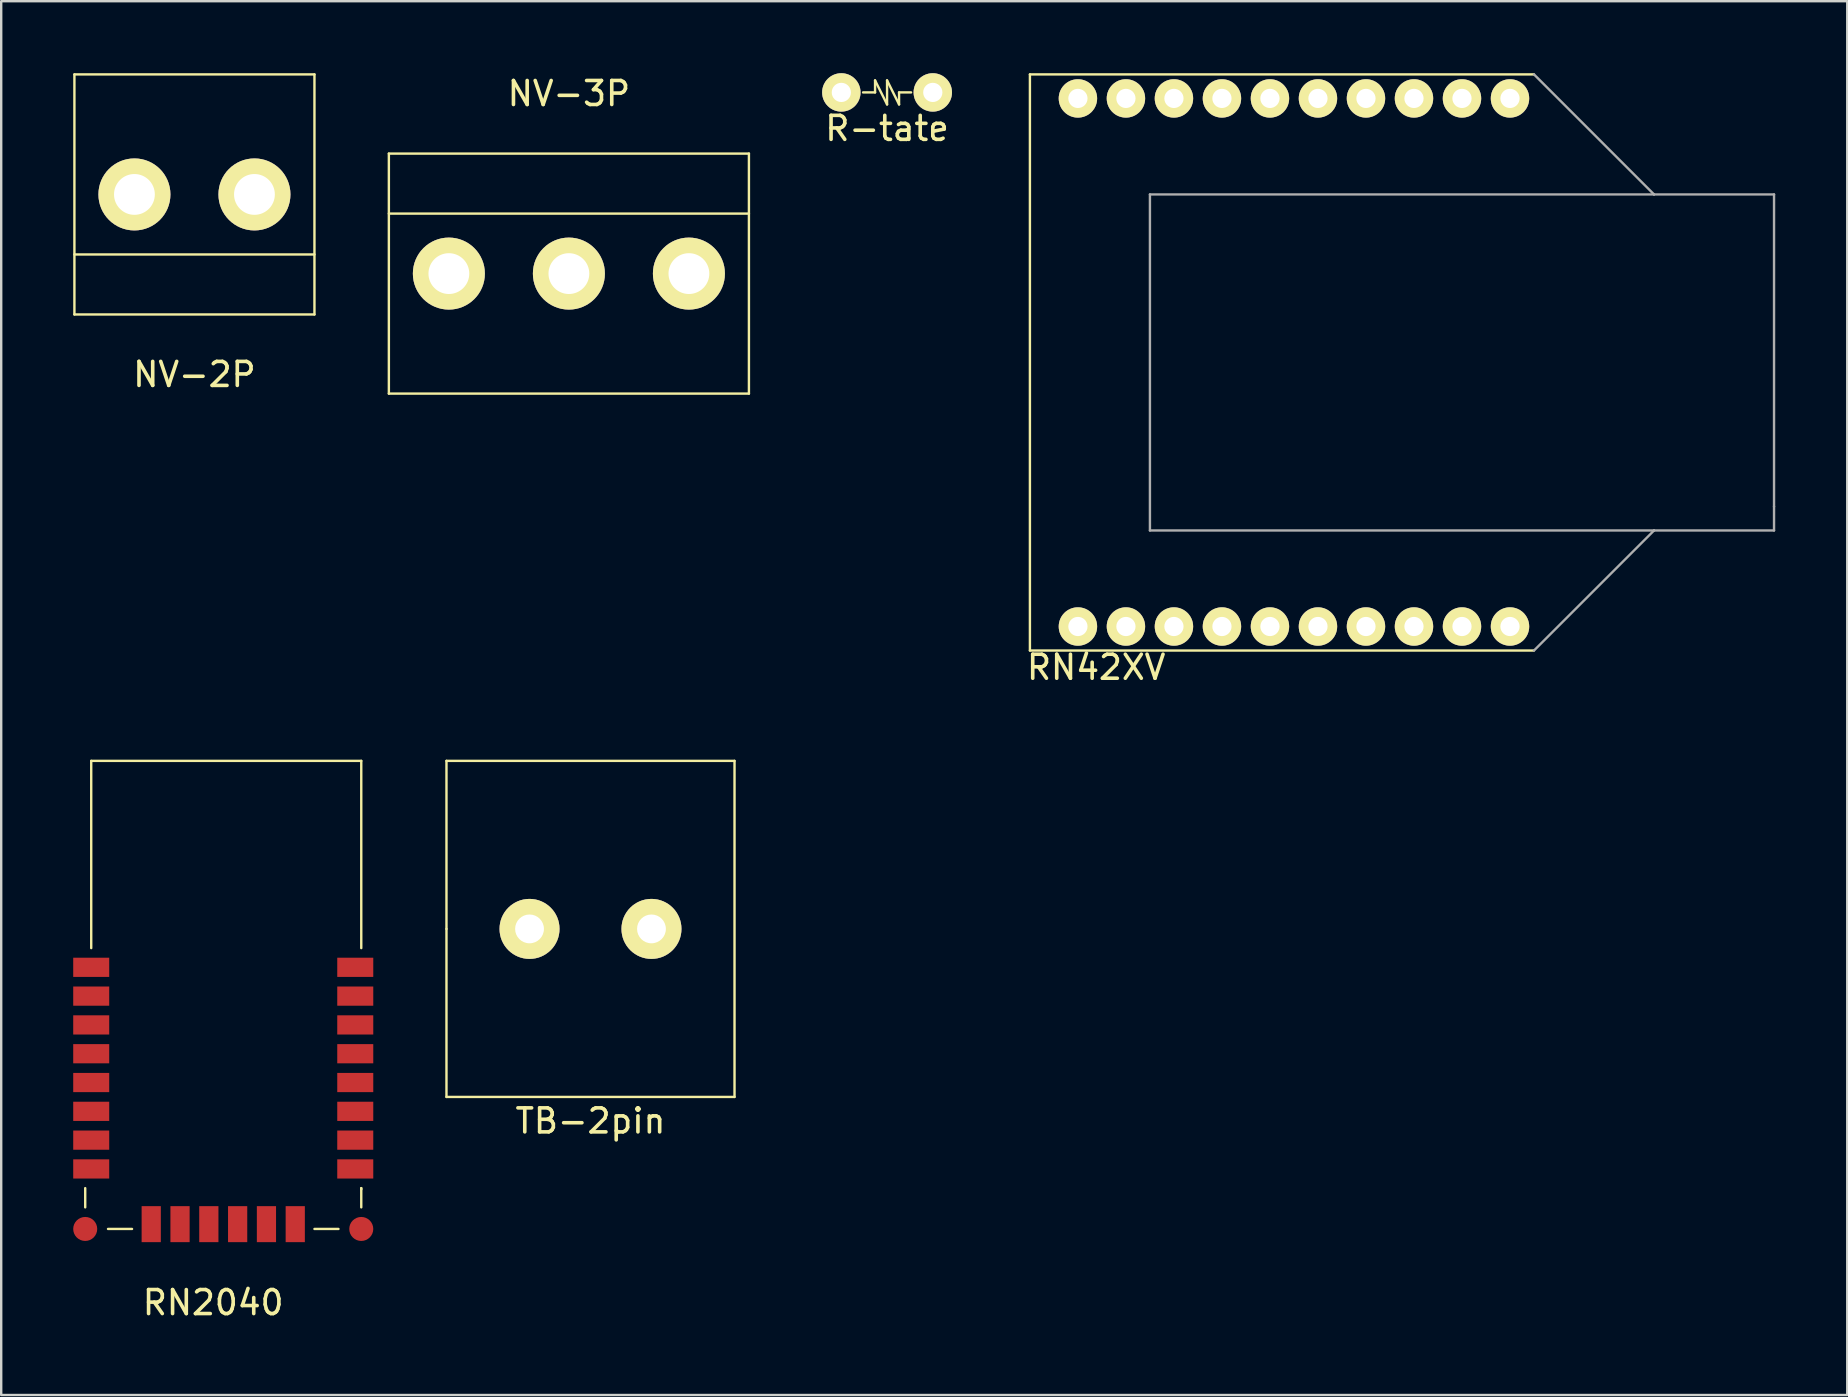
<source format=kicad_pcb>
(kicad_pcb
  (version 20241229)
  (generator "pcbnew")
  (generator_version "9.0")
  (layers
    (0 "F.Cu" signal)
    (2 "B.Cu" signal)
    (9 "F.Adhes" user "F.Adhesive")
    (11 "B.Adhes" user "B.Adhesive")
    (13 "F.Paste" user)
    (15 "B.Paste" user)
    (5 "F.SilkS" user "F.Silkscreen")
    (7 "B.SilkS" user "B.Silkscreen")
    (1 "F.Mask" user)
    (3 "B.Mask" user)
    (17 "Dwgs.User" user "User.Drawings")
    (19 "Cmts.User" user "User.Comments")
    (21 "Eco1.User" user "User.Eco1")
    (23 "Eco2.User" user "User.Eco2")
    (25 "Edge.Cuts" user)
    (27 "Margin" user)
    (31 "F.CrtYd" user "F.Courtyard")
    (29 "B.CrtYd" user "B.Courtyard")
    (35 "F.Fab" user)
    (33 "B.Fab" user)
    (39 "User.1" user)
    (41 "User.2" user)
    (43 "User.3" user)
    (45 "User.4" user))
  (footprint "R-tate"
    (layer "F.Cu")
    (at 33.905 0.8)
    (property "Reference" "R-tate" (at 0 1.5 0) (layer "F.SilkS") (effects (font (size 1 1) (thickness 0.15))))
    (attr through_hole)
    (fp_line (start -1 0) (end -0.5 0) (stroke (width 0.1) (type solid)) (layer "F.SilkS"))
    (fp_line (start -0.5 -0.5) (end 0 0.5) (stroke (width 0.1) (type solid)) (layer "F.SilkS"))
    (fp_line (start -0.5 0) (end -0.5 -0.5) (stroke (width 0.1) (type solid)) (layer "F.SilkS"))
    (fp_line (start 0 -0.5) (end 0.5 0.5) (stroke (width 0.1) (type solid)) (layer "F.SilkS"))
    (fp_line (start 0 0.5) (end 0 -0.5) (stroke (width 0.1) (type solid)) (layer "F.SilkS"))
    (fp_line (start 0.5 0) (end 1 0) (stroke (width 0.1) (type solid)) (layer "F.SilkS"))
    (fp_line (start 0.5 0.5) (end 0.5 0) (stroke (width 0.1) (type solid)) (layer "F.SilkS"))
    (pad "1" thru_hole circle (at -1.905 0) (size 1.6 1.6) (drill 0.8) (layers "*.Cu" "*.Mask" "F.SilkS"))
    (pad "2" thru_hole circle (at 1.905 0) (size 1.6 1.6) (drill 0.8) (layers "*.Cu" "*.Mask" "F.SilkS")))
  (footprint "NV-3P"
    (layer "F.Cu")
    (at 20.65 8.348)
    (property "Reference" "NV-3P" (at 0 -7.5 0) (layer "F.SilkS") (effects (font (size 1 1) (thickness 0.15))))
    (attr through_hole)
    (fp_line (start -7.5 -5) (end 7.5 -5) (stroke (width 0.1) (type solid)) (layer "F.SilkS"))
    (fp_line (start -7.5 -2.5) (end 7.5 -2.5) (stroke (width 0.1) (type solid)) (layer "F.SilkS"))
    (fp_line (start -7.5 5) (end -7.5 -5) (stroke (width 0.1) (type solid)) (layer "F.SilkS"))
    (fp_line (start 7.5 -5) (end 7.5 5) (stroke (width 0.1) (type solid)) (layer "F.SilkS"))
    (fp_line (start 7.5 5) (end -7.5 5) (stroke (width 0.1) (type solid)) (layer "F.SilkS"))
    (pad "1" thru_hole circle (at 5 0) (size 3 3) (drill 1.7) (layers "*.Cu" "*.Mask" "F.SilkS"))
    (pad "2" thru_hole circle (at 0 0) (size 3 3) (drill 1.7) (layers "*.Cu" "*.Mask" "F.SilkS"))
    (pad "3" thru_hole circle (at -5 0) (size 3 3) (drill 1.7) (layers "*.Cu" "*.Mask" "F.SilkS")))
  (footprint "RN2040"
    (layer "F.Cu")
    (at 6.465 38.518)
    (property "Reference" "RN2040" (at -0.635 12.7 0) (layer "F.SilkS") (effects (font (size 1 1) (thickness 0.15))))
    (attr through_hole)
    (fp_line (start -5.965 8.73) (end -5.965 7.93) (stroke (width 0.1) (type solid)) (layer "F.SilkS"))
    (fp_line (start -5.715 -9.87) (end 5.535 -9.87) (stroke (width 0.1) (type solid)) (layer "F.SilkS"))
    (fp_line (start -5.715 -2.07) (end -5.715 -9.87) (stroke (width 0.1) (type solid)) (layer "F.SilkS"))
    (fp_line (start -5.015 9.63) (end -4.015 9.63) (stroke (width 0.1) (type solid)) (layer "F.SilkS"))
    (fp_line (start 4.585 9.63) (end 3.585 9.63) (stroke (width 0.1) (type solid)) (layer "F.SilkS"))
    (fp_line (start 5.535 -2.07) (end 5.535 -9.87) (stroke (width 0.1) (type solid)) (layer "F.SilkS"))
    (fp_line (start 5.535 7.93) (end 5.535 7.98) (stroke (width 0.1) (type solid)) (layer "F.SilkS"))
    (fp_line (start 5.535 8.73) (end 5.535 7.93) (stroke (width 0.1) (type solid)) (layer "F.SilkS"))
    (pad "1" smd rect (at -5.715 -1.27) (size 1.5 0.8) (layers "F.Cu" "F.Mask" "F.Paste"))
    (pad "2" smd rect (at -5.715 -0.07) (size 1.5 0.8) (layers "F.Cu" "F.Mask" "F.Paste"))
    (pad "3" smd rect (at -5.715 1.13) (size 1.5 0.8) (layers "F.Cu" "F.Mask" "F.Paste"))
    (pad "4" smd rect (at -5.715 2.33) (size 1.5 0.8) (layers "F.Cu" "F.Mask" "F.Paste"))
    (pad "5" smd rect (at -5.715 3.53) (size 1.5 0.8) (layers "F.Cu" "F.Mask" "F.Paste"))
    (pad "6" smd rect (at -5.715 4.73) (size 1.5 0.8) (layers "F.Cu" "F.Mask" "F.Paste"))
    (pad "7" smd rect (at -5.715 5.93) (size 1.5 0.8) (layers "F.Cu" "F.Mask" "F.Paste"))
    (pad "8" smd rect (at -5.715 7.13) (size 1.5 0.8) (layers "F.Cu" "F.Mask" "F.Paste"))
    (pad "9" smd circle (at -5.965 9.63) (size 1 1) (layers "F.Cu" "F.Mask" "F.Paste"))
    (pad "10" smd rect (at -3.215 9.43) (size 0.8 1.5) (layers "F.Cu" "F.Mask" "F.Paste"))
    (pad "11" smd rect (at -2.015 9.43) (size 0.8 1.5) (layers "F.Cu" "F.Mask" "F.Paste"))
    (pad "12" smd rect (at -0.815 9.43) (size 0.8 1.5) (layers "F.Cu" "F.Mask" "F.Paste"))
    (pad "13" smd rect (at 0.385 9.43) (size 0.8 1.5) (layers "F.Cu" "F.Mask" "F.Paste"))
    (pad "14" smd rect (at 1.585 9.43) (size 0.8 1.5) (layers "F.Cu" "F.Mask" "F.Paste"))
    (pad "15" smd rect (at 2.785 9.43) (size 0.8 1.5) (layers "F.Cu" "F.Mask" "F.Paste"))
    (pad "16" smd circle (at 5.535 9.63) (size 1 1) (layers "F.Cu" "F.Mask" "F.Paste"))
    (pad "17" smd rect (at 5.285 7.13) (size 1.5 0.8) (layers "F.Cu" "F.Mask" "F.Paste"))
    (pad "18" smd rect (at 5.285 5.93) (size 1.5 0.8) (layers "F.Cu" "F.Mask" "F.Paste"))
    (pad "19" smd rect (at 5.285 4.73) (size 1.5 0.8) (layers "F.Cu" "F.Mask" "F.Paste"))
    (pad "20" smd rect (at 5.285 3.53) (size 1.5 0.8) (layers "F.Cu" "F.Mask" "F.Paste"))
    (pad "21" smd rect (at 5.285 2.33) (size 1.5 0.8) (layers "F.Cu" "F.Mask" "F.Paste"))
    (pad "22" smd rect (at 5.285 1.13) (size 1.5 0.8) (layers "F.Cu" "F.Mask" "F.Paste"))
    (pad "23" smd rect (at 5.285 -0.07) (size 1.5 0.8) (layers "F.Cu" "F.Mask" "F.Paste"))
    (pad "24" smd rect (at 5.285 -1.27) (size 1.5 0.8) (layers "F.Cu" "F.Mask" "F.Paste")))
  (footprint "RN42XV"
    (layer "F.Cu")
    (at 57.856 12.05)
    (property "Reference" "RN42XV" (at -15.24 12.7 0) (layer "F.SilkS") (effects (font (size 1 1) (thickness 0.15))))
    (attr through_hole)
    (fp_line (start -18 -12) (end -18 12) (stroke (width 0.1) (type solid)) (layer "F.SilkS"))
    (fp_line (start -18 -12) (end 3 -12) (stroke (width 0.1) (type solid)) (layer "F.SilkS"))
    (fp_line (start -18 12) (end 3 12) (stroke (width 0.1) (type solid)) (layer "F.SilkS"))
    (fp_line (start -13 -7) (end -13 7) (stroke (width 0.1) (type solid)) (layer "F.Fab"))
    (fp_line (start -13 7) (end 8 7) (stroke (width 0.1) (type solid)) (layer "F.Fab"))
    (fp_line (start 3 -12) (end 8 -7) (stroke (width 0.1) (type solid)) (layer "F.Fab"))
    (fp_line (start 3 12) (end 8 7) (stroke (width 0.1) (type solid)) (layer "F.Fab"))
    (fp_line (start 8 -7) (end -13 -7) (stroke (width 0.1) (type solid)) (layer "F.Fab"))
    (fp_line (start 8 -7) (end 13 -7) (stroke (width 0.1) (type solid)) (layer "F.Fab"))
    (fp_line (start 8 7) (end 13 7) (stroke (width 0.1) (type solid)) (layer "F.Fab"))
    (fp_line (start 13 -7) (end 13 6) (stroke (width 0.1) (type solid)) (layer "F.Fab"))
    (fp_line (start 13 7) (end 13 6) (stroke (width 0.1) (type solid)) (layer "F.Fab"))
    (pad "1" thru_hole circle (at 2 -11) (size 1.6 1.6) (drill 0.8) (layers "*.Cu" "*.Mask" "F.SilkS"))
    (pad "2" thru_hole circle (at 0 -11) (size 1.6 1.6) (drill 0.8) (layers "*.Cu" "*.Mask" "F.SilkS"))
    (pad "3" thru_hole circle (at -2 -11) (size 1.6 1.6) (drill 0.8) (layers "*.Cu" "*.Mask" "F.SilkS"))
    (pad "4" thru_hole circle (at -4 -11) (size 1.6 1.6) (drill 0.8) (layers "*.Cu" "*.Mask" "F.SilkS"))
    (pad "5" thru_hole circle (at -6 -11) (size 1.6 1.6) (drill 0.8) (layers "*.Cu" "*.Mask" "F.SilkS"))
    (pad "6" thru_hole circle (at -8 -11) (size 1.6 1.6) (drill 0.8) (layers "*.Cu" "*.Mask" "F.SilkS"))
    (pad "7" thru_hole circle (at -10 -11) (size 1.6 1.6) (drill 0.8) (layers "*.Cu" "*.Mask" "F.SilkS"))
    (pad "8" thru_hole circle (at -12 -11) (size 1.6 1.6) (drill 0.8) (layers "*.Cu" "*.Mask" "F.SilkS"))
    (pad "9" thru_hole circle (at -14 -11) (size 1.6 1.6) (drill 0.8) (layers "*.Cu" "*.Mask" "F.SilkS"))
    (pad "10" thru_hole circle (at -16 -11) (size 1.6 1.6) (drill 0.8) (layers "*.Cu" "*.Mask" "F.SilkS"))
    (pad "11" thru_hole circle (at -16 11) (size 1.6 1.6) (drill 0.8) (layers "*.Cu" "*.Mask" "F.SilkS"))
    (pad "12" thru_hole circle (at -14 11) (size 1.6 1.6) (drill 0.8) (layers "*.Cu" "*.Mask" "F.SilkS"))
    (pad "13" thru_hole circle (at -12 11) (size 1.6 1.6) (drill 0.8) (layers "*.Cu" "*.Mask" "F.SilkS"))
    (pad "14" thru_hole circle (at -10 11) (size 1.6 1.6) (drill 0.8) (layers "*.Cu" "*.Mask" "F.SilkS"))
    (pad "15" thru_hole circle (at -8 11) (size 1.6 1.6) (drill 0.8) (layers "*.Cu" "*.Mask" "F.SilkS"))
    (pad "16" thru_hole circle (at -6 11) (size 1.6 1.6) (drill 0.8) (layers "*.Cu" "*.Mask" "F.SilkS"))
    (pad "17" thru_hole circle (at -4 11) (size 1.6 1.6) (drill 0.8) (layers "*.Cu" "*.Mask" "F.SilkS"))
    (pad "18" thru_hole circle (at -2 11) (size 1.6 1.6) (drill 0.8) (layers "*.Cu" "*.Mask" "F.SilkS"))
    (pad "19" thru_hole circle (at 0 11) (size 1.6 1.6) (drill 0.8) (layers "*.Cu" "*.Mask" "F.SilkS"))
    (pad "20" thru_hole circle (at 2 11) (size 1.6 1.6) (drill 0.8) (layers "*.Cu" "*.Mask" "F.SilkS")))
  (footprint "TB-2pin"
    (layer "F.Cu")
    (at 21.55 35.648)
    (property "Reference" "TB-2pin" (at 0 8 0) (layer "F.SilkS") (effects (font (size 1 1) (thickness 0.15))))
    (attr through_hole)
    (fp_line (start -6 -7) (end -6 0) (stroke (width 0.1) (type solid)) (layer "F.SilkS"))
    (fp_line (start -6 0) (end -6 7) (stroke (width 0.1) (type solid)) (layer "F.SilkS"))
    (fp_line (start -6 7) (end 6 7) (stroke (width 0.1) (type solid)) (layer "F.SilkS"))
    (fp_line (start 6 -7) (end -6 -7) (stroke (width 0.1) (type solid)) (layer "F.SilkS"))
    (fp_line (start 6 7) (end 6 -7) (stroke (width 0.1) (type solid)) (layer "F.SilkS"))
    (pad "1" thru_hole circle (at -2.54 0) (size 2.5 2.5) (drill 1.2) (layers "*.Cu" "*.Mask" "F.SilkS"))
    (pad "2" thru_hole circle (at 2.54 0) (size 2.5 2.5) (drill 1.2) (layers "*.Cu" "*.Mask" "F.SilkS")))
  (footprint "NV-2P"
    (layer "F.Cu")
    (at 5.05 5.05)
    (property "Reference" "NV-2P" (at 0 7.5 0) (layer "F.SilkS") (effects (font (size 1 1) (thickness 0.15))))
    (attr through_hole)
    (fp_line (start -5 -5) (end 5 -5) (stroke (width 0.1) (type solid)) (layer "F.SilkS"))
    (fp_line (start -5 2.5) (end 5 2.5) (stroke (width 0.1) (type solid)) (layer "F.SilkS"))
    (fp_line (start -5 5) (end -5 -5) (stroke (width 0.1) (type solid)) (layer "F.SilkS"))
    (fp_line (start 5 -5) (end 5 5) (stroke (width 0.1) (type solid)) (layer "F.SilkS"))
    (fp_line (start 5 5) (end -5 5) (stroke (width 0.1) (type solid)) (layer "F.SilkS"))
    (pad "1" thru_hole circle (at 2.5 0) (size 3 3) (drill 1.7) (layers "*.Cu" "*.Mask" "F.SilkS"))
    (pad "2" thru_hole circle (at -2.5 0) (size 3 3) (drill 1.7) (layers "*.Cu" "*.Mask" "F.SilkS")))
  (gr_rect
    (start -3 -3)
    (end 73.906 55.066)
    (stroke (width 0.1) (type default))
    (fill no)
    (layer "Edge.Cuts")))
</source>
